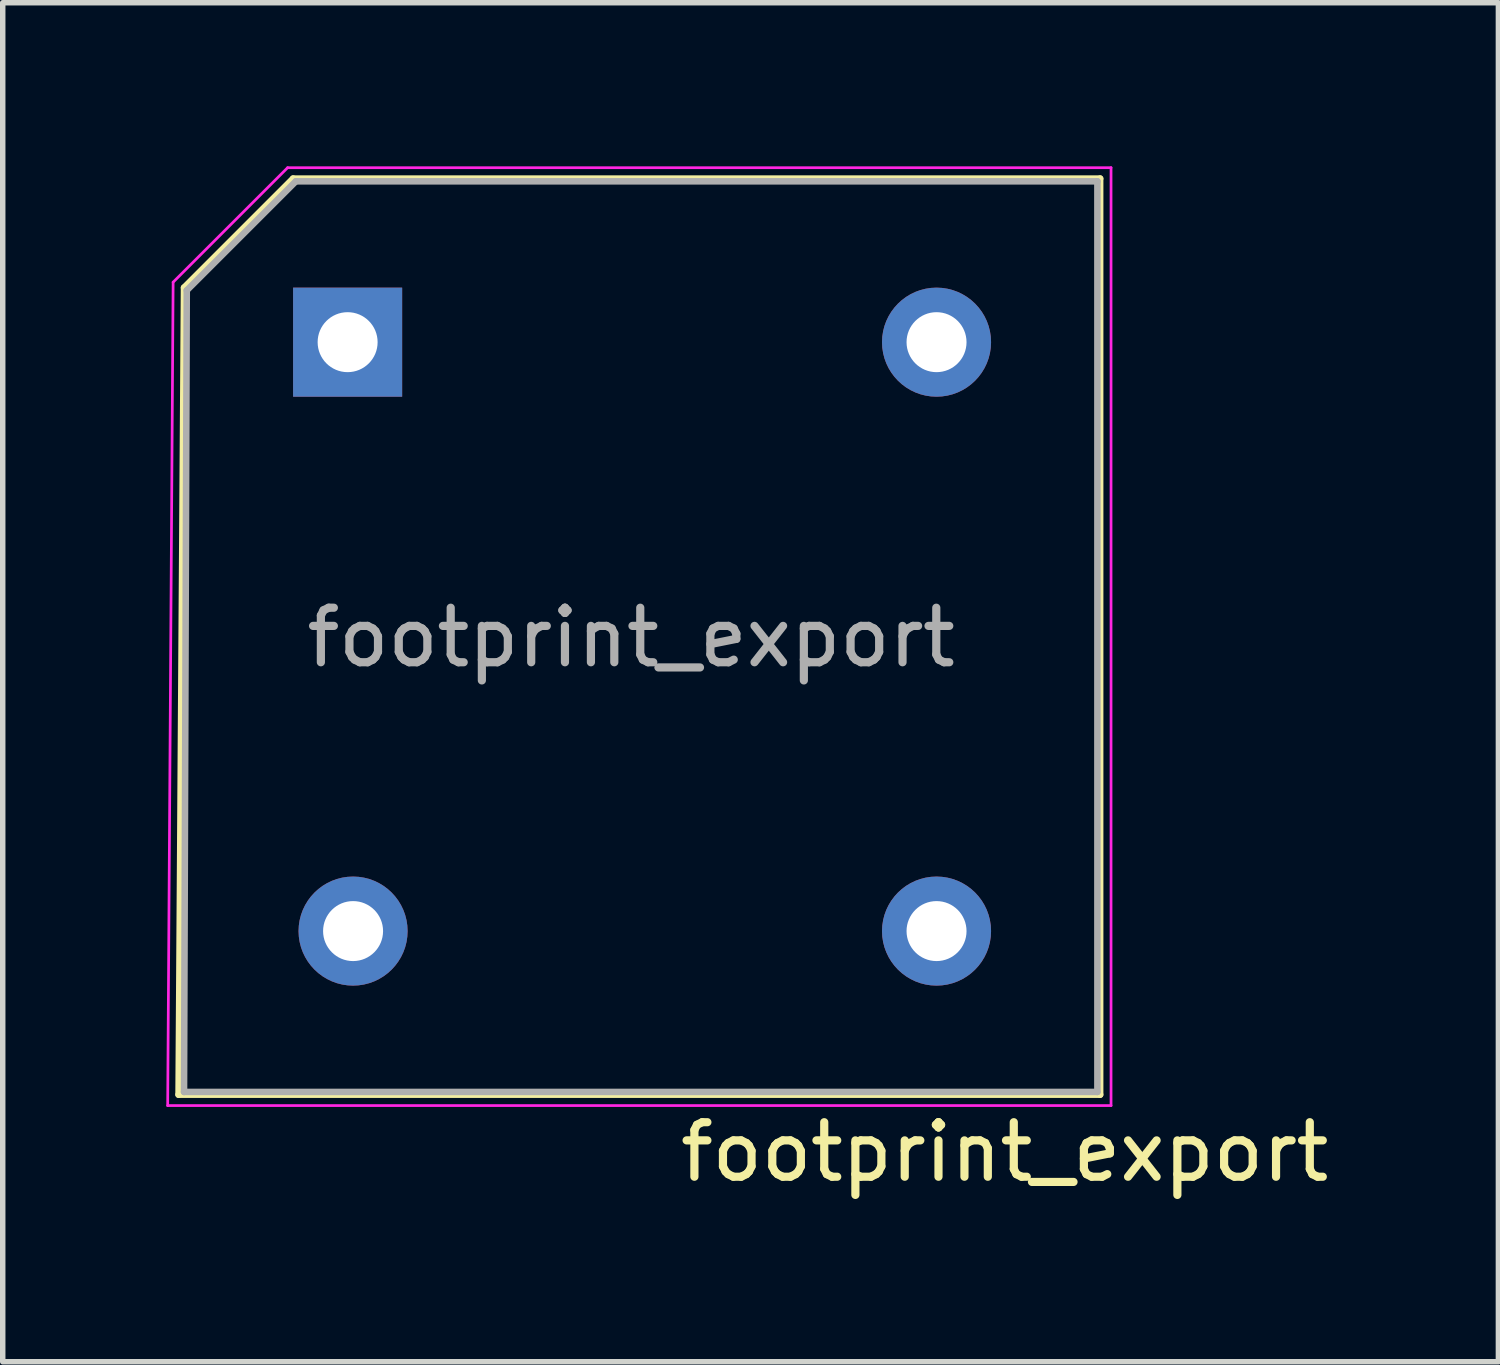
<source format=kicad_pcb>
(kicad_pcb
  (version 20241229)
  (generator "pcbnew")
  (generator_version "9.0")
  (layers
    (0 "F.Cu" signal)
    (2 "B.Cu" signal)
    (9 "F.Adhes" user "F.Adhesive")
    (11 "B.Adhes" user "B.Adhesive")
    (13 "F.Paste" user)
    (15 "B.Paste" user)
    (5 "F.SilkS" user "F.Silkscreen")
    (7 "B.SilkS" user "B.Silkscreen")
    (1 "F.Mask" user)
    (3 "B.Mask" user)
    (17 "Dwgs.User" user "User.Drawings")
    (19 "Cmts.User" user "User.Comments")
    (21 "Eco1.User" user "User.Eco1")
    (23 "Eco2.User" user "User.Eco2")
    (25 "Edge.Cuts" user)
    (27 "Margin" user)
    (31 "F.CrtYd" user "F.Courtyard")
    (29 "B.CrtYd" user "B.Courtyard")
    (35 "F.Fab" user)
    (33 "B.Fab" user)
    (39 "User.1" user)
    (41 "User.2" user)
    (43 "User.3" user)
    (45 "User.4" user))
  (footprint "footprint_export"
    (layer "F.Cu")
    (at 3.325 3.225)
    (property "Reference" "footprint_export" (at 12.05 14.85 180) (layer "F.SilkS") (effects (font (size 1 1) (thickness 0.15))))
    (attr through_hole)
    (fp_line (start -3.1 13.8) (end 13.8 13.8) (stroke (width 0.12) (type solid)) (layer "F.SilkS"))
    (fp_line (start -3 -1) (end -3.1 13.8) (stroke (width 0.12) (type solid)) (layer "F.SilkS"))
    (fp_line (start -1 -3) (end -3 -1) (stroke (width 0.12) (type solid)) (layer "F.SilkS"))
    (fp_line (start 13.8 -3) (end -1 -3) (stroke (width 0.12) (type solid)) (layer "F.SilkS"))
    (fp_line (start 13.8 13.8) (end 13.8 -3) (stroke (width 0.12) (type solid)) (layer "F.SilkS"))
    (fp_line (start -3.3 14) (end -3.2 -1.1) (stroke (width 0.05) (type solid)) (layer "F.CrtYd"))
    (fp_line (start -3.2 -1.1) (end -1.1 -3.2) (stroke (width 0.05) (type solid)) (layer "F.CrtYd"))
    (fp_line (start -1.1 -3.2) (end 14 -3.2) (stroke (width 0.05) (type solid)) (layer "F.CrtYd"))
    (fp_line (start 14 -3.2) (end 14 14) (stroke (width 0.05) (type solid)) (layer "F.CrtYd"))
    (fp_line (start 14 14) (end -3.3 14) (stroke (width 0.05) (type solid)) (layer "F.CrtYd"))
    (fp_line (start -3 13.75) (end -2.95 -0.95) (stroke (width 0.12) (type solid)) (layer "F.Fab"))
    (fp_line (start -2.95 -0.95) (end -0.95 -2.95) (stroke (width 0.12) (type solid)) (layer "F.Fab"))
    (fp_line (start -0.95 -2.95) (end 13.75 -2.95) (stroke (width 0.12) (type solid)) (layer "F.Fab"))
    (fp_line (start 13.75 -2.95) (end 13.75 13.75) (stroke (width 0.12) (type solid)) (layer "F.Fab"))
    (fp_line (start 13.75 13.75) (end -3 13.75) (stroke (width 0.12) (type solid)) (layer "F.Fab"))
    (fp_text user "${REFERENCE}" (at 5.2 5.415 180) (layer "F.Fab") (effects (font (size 1 1) (thickness 0.15))))
    (pad "1" thru_hole rect (at 0 0 180) (size 2 2) (drill 1.1) (layers "*.Cu" "*.Mask"))
    (pad "2" thru_hole circle (at 0.1 10.8 180) (size 2 2) (drill 1.1) (layers "*.Cu" "*.Mask"))
    (pad "3" thru_hole circle (at 10.8 10.8 180) (size 2 2) (drill 1.1) (layers "*.Cu" "*.Mask"))
    (pad "4" thru_hole circle (at 10.8 0 180) (size 2 2) (drill 1.1) (layers "*.Cu" "*.Mask")))
  (gr_rect
    (start -3 -3)
    (end 24.429 21.923)
    (stroke (width 0.1) (type default))
    (fill no)
    (layer "Edge.Cuts")))
</source>
